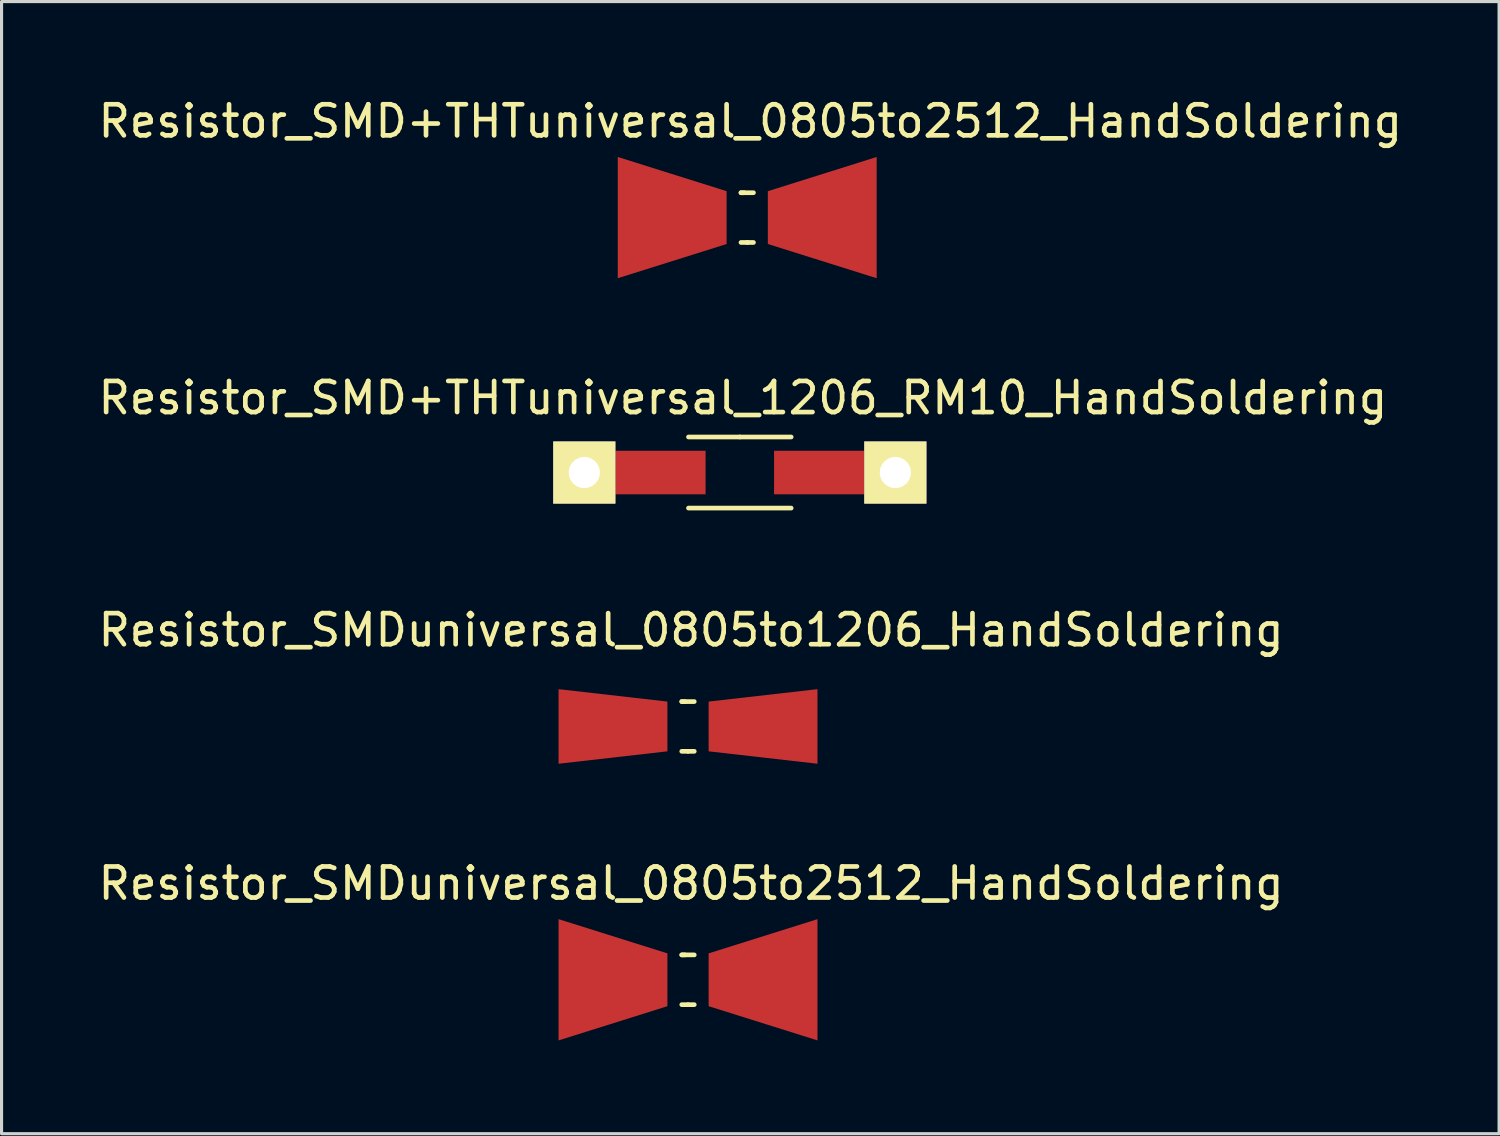
<source format=kicad_pcb>
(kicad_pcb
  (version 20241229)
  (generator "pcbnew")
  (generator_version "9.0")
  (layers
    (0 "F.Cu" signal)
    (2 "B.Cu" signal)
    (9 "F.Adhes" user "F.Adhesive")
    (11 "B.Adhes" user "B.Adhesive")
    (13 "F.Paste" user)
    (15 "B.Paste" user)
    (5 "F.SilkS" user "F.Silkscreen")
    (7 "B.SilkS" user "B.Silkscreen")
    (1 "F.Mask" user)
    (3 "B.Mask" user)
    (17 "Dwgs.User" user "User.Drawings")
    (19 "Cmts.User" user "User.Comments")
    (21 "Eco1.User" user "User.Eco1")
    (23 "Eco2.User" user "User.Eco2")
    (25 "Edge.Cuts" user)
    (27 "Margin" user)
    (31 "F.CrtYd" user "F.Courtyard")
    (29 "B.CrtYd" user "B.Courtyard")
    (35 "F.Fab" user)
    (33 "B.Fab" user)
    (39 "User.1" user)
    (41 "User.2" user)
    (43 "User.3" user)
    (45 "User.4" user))
  (footprint "Resistor_SMDuniversal_0805to2512_HandSoldering"
    (layer "F.Cu")
    (at 19.074 28.456)
    (property "Reference" "Resistor_SMDuniversal_0805to2512_HandSoldering" (at 0.099 -3.099 0) (layer "F.SilkS") (effects (font (size 1 1) (thickness 0.15))))
    (attr through_hole)
    (fp_line (start -0.201 -0.8) (end 0.201 -0.8) (stroke (width 0.15) (type solid)) (layer "F.SilkS"))
    (fp_line (start -0.099 -0.8) (end -0.201 -0.8) (stroke (width 0.15) (type solid)) (layer "F.SilkS"))
    (fp_line (start 0 0.8) (end -0.201 0.8) (stroke (width 0.15) (type solid)) (layer "F.SilkS"))
    (fp_line (start 0 0.8) (end 0.201 0.8) (stroke (width 0.15) (type solid)) (layer "F.SilkS"))
    (pad "1" smd trapezoid (at -2.413 0) (size 3.5 2.799) (rect_delta 1.1 0) (layers "F.Cu" "F.Mask" "F.Paste"))
    (pad "2" smd trapezoid (at 2.413 0 180) (size 3.5 2.799) (rect_delta 1.1 0) (layers "F.Cu" "F.Mask" "F.Paste")))
  (footprint "Resistor_SMD+THTuniversal_1206_RM10_HandSoldering"
    (layer "F.Cu")
    (at 20.74 12.145)
    (property "Reference" "Resistor_SMD+THTuniversal_1206_RM10_HandSoldering" (at 0.099 -2.4 0) (layer "F.SilkS") (effects (font (size 1 1) (thickness 0.15))))
    (attr through_hole)
    (fp_line (start 0 -1.143) (end -1.651 -1.143) (stroke (width 0.15) (type solid)) (layer "F.SilkS"))
    (fp_line (start 0 -1.143) (end 1.651 -1.143) (stroke (width 0.15) (type solid)) (layer "F.SilkS"))
    (fp_line (start 1.651 1.143) (end -1.651 1.143) (stroke (width 0.15) (type solid)) (layer "F.SilkS"))
    (pad "1" thru_hole rect (at -5.001 0) (size 1.999 1.999) (drill 1.001) (layers "*.Cu" "*.Mask" "F.SilkS"))
    (pad "1" smd rect (at -2.601 0) (size 3 1.4) (layers "F.Cu" "F.Mask" "F.Paste"))
    (pad "2" smd rect (at 2.601 0) (size 3 1.4) (layers "F.Cu" "F.Mask" "F.Paste"))
    (pad "2" thru_hole rect (at 5.001 0) (size 1.999 1.999) (drill 1.001) (layers "*.Cu" "*.Mask" "F.SilkS")))
  (footprint "Resistor_SMDuniversal_0805to1206_HandSoldering"
    (layer "F.Cu")
    (at 19.074 20.31)
    (property "Reference" "Resistor_SMDuniversal_0805to1206_HandSoldering" (at 0.099 -3.099 0) (layer "F.SilkS") (effects (font (size 1 1) (thickness 0.15))))
    (attr through_hole)
    (fp_line (start -0.201 -0.8) (end 0.201 -0.8) (stroke (width 0.15) (type solid)) (layer "F.SilkS"))
    (fp_line (start -0.099 -0.8) (end -0.201 -0.8) (stroke (width 0.15) (type solid)) (layer "F.SilkS"))
    (fp_line (start 0 0.8) (end -0.201 0.8) (stroke (width 0.15) (type solid)) (layer "F.SilkS"))
    (fp_line (start 0 0.8) (end 0.201 0.8) (stroke (width 0.15) (type solid)) (layer "F.SilkS"))
    (pad "1" smd trapezoid (at -2.413 0) (size 3.5 1.999) (rect_delta 0.399 0) (layers "F.Cu" "F.Mask" "F.Paste"))
    (pad "2" smd trapezoid (at 2.413 0 180) (size 3.5 1.999) (rect_delta 0.399 0) (layers "F.Cu" "F.Mask" "F.Paste")))
  (footprint "Resistor_SMD+THTuniversal_0805to2512_HandSoldering"
    (layer "F.Cu")
    (at 20.978 3.947)
    (property "Reference" "Resistor_SMD+THTuniversal_0805to2512_HandSoldering" (at 0.099 -3.099 0) (layer "F.SilkS") (effects (font (size 1 1) (thickness 0.15))))
    (attr through_hole)
    (fp_line (start -0.201 -0.8) (end 0.201 -0.8) (stroke (width 0.15) (type solid)) (layer "F.SilkS"))
    (fp_line (start -0.099 -0.8) (end -0.201 -0.8) (stroke (width 0.15) (type solid)) (layer "F.SilkS"))
    (fp_line (start 0 0.8) (end -0.201 0.8) (stroke (width 0.15) (type solid)) (layer "F.SilkS"))
    (fp_line (start 0 0.8) (end 0.201 0.8) (stroke (width 0.15) (type solid)) (layer "F.SilkS"))
    (pad "1" smd trapezoid (at -2.413 0) (size 3.5 2.799) (rect_delta 1.1 0) (layers "F.Cu" "F.Mask" "F.Paste"))
    (pad "2" smd trapezoid (at 2.413 0 180) (size 3.5 2.799) (rect_delta 1.1 0) (layers "F.Cu" "F.Mask" "F.Paste")))
  (gr_rect
    (start -3 -3)
    (end 45.155 33.405)
    (stroke (width 0.1) (type default))
    (fill no)
    (layer "Edge.Cuts")))
</source>
